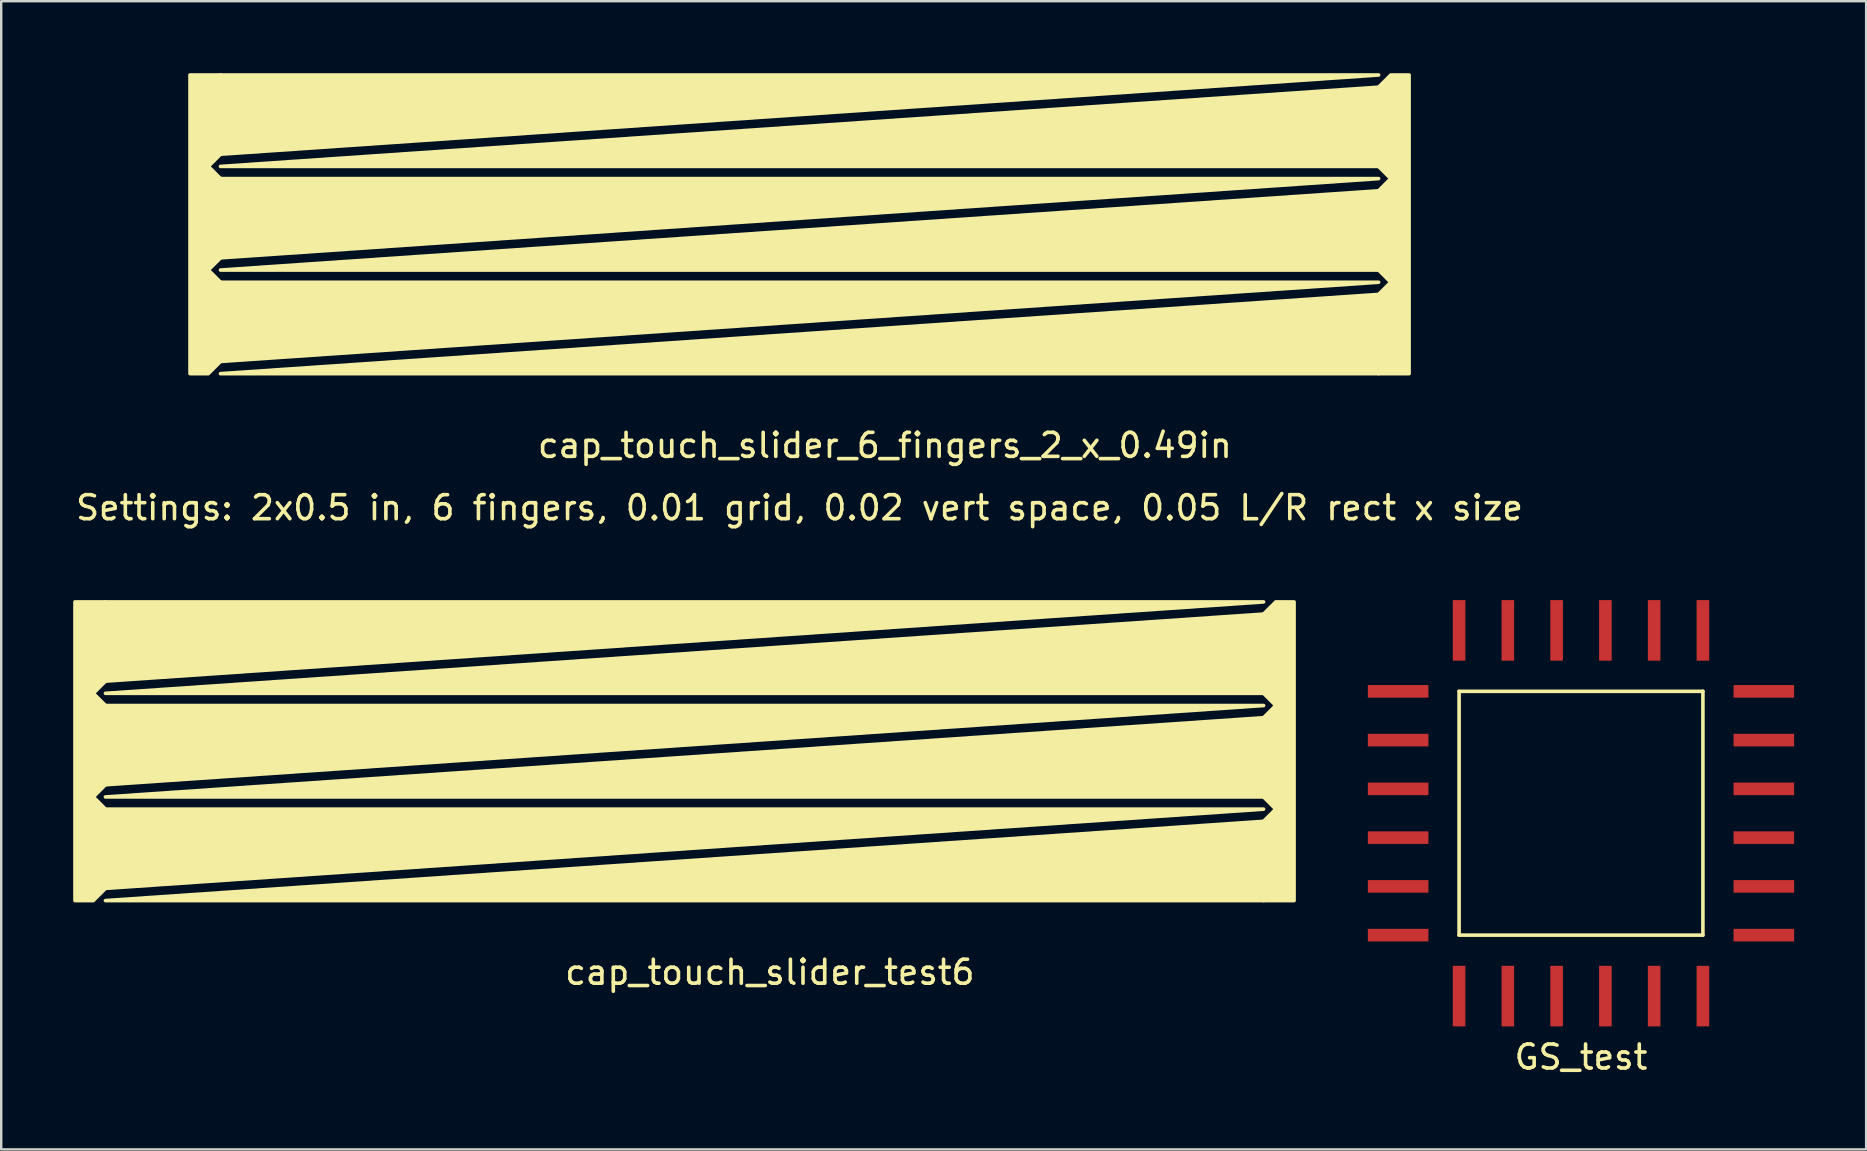
<source format=kicad_pcb>
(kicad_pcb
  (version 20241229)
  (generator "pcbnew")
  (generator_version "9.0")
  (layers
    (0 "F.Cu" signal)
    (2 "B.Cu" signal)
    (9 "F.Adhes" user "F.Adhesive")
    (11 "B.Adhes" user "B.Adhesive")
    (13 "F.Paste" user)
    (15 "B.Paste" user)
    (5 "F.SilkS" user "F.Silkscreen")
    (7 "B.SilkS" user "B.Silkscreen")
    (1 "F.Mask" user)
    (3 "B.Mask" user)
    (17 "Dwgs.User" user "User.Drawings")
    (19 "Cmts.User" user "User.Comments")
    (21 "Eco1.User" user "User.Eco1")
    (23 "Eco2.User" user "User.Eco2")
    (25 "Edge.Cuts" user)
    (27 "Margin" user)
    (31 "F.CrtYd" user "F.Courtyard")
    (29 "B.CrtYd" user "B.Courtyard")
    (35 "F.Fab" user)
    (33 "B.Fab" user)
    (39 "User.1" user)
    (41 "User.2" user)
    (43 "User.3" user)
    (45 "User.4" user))
  (footprint "cap_touch_slider_6_fingers_2_x_0.49in"
    (layer "F.Cu")
    (at 6.138 12.521)
    (property "Reference" "cap_touch_slider_6_fingers_2_x_0.49in" (at 27.686 2.989 0) (layer "F.SilkS") (effects (font (size 1 1) (thickness 0.15))))
    (attr through_hole)
    (fp_poly (pts (xy 0 -8.636) (xy 48.26 -8.636) (xy 48.26 -11.938)) (stroke (width 0.15) (type solid)) (fill yes) (layer "F.SilkS"))
    (fp_poly (pts (xy 0 -4.318) (xy 48.26 -4.318) (xy 48.26 -7.62)) (stroke (width 0.15) (type solid)) (fill yes) (layer "F.SilkS"))
    (fp_poly (pts (xy 0 0) (xy 48.26 0) (xy 48.26 -3.302)) (stroke (width 0.15) (type solid)) (fill yes) (layer "F.SilkS"))
    (fp_poly (pts (xy 48.26 -12.446) (xy 0 -12.446) (xy 0 -9.144)) (stroke (width 0.15) (type solid)) (fill yes) (layer "F.SilkS"))
    (fp_poly (pts (xy 48.26 -8.128) (xy 0 -8.128) (xy 0 -4.826)) (stroke (width 0.15) (type solid)) (fill yes) (layer "F.SilkS"))
    (fp_poly (pts (xy 48.26 -3.81) (xy 0 -3.81) (xy 0 -0.508)) (stroke (width 0.15) (type solid)) (fill yes) (layer "F.SilkS"))
    (fp_poly (pts (xy 0 -12.446) (xy 0 -9.144) (xy -0.508 -8.636) (xy 0 -8.128) (xy 0 -4.826) (xy -0.508 -4.318) (xy 0 -3.81) (xy 0 -0.508) (xy -0.508 0) (xy -1.27 0) (xy -1.27 -12.446)) (stroke (width 0.15) (type solid)) (fill yes) (layer "F.SilkS"))
    (fp_poly (pts (xy 48.26 0) (xy 48.26 -3.302) (xy 48.768 -3.81) (xy 48.26 -4.318) (xy 48.26 -7.62) (xy 48.768 -8.128) (xy 48.26 -8.636) (xy 48.26 -11.938) (xy 48.768 -12.446) (xy 49.53 -12.446) (xy 49.53 0)) (stroke (width 0.15) (type solid)) (fill yes) (layer "F.SilkS"))
    (fp_text user "Settings: 2x0.5 in, 6 fingers, 0.01 grid, 0.02 vert space, 0.05 L/R rect x size" (at 24.13 5.588 0) (layer "F.SilkS") (effects (font (size 1 1) (thickness 0.15)))))
  (footprint "GS_test"
    (layer "F.Cu")
    (at 62.832 30.839)
    (property "Reference" "GS_test" (at 0 10.16 0) (layer "F.SilkS") (effects (font (size 1 1) (thickness 0.15))))
    (attr through_hole)
    (fp_line (start -5.08 -5.08) (end 5.08 -5.08) (stroke (width 0.15) (type solid)) (layer "F.SilkS"))
    (fp_line (start -5.08 5.08) (end -5.08 -5.08) (stroke (width 0.15) (type solid)) (layer "F.SilkS"))
    (fp_line (start 5.08 -5.08) (end 5.08 5.08) (stroke (width 0.15) (type solid)) (layer "F.SilkS"))
    (fp_line (start 5.08 5.08) (end -5.08 5.08) (stroke (width 0.15) (type solid)) (layer "F.SilkS"))
    (pad "1" smd rect (at 5.08 -7.62) (size 0.524 2.524) (layers "F.Cu" "F.Mask" "F.Paste"))
    (pad "2" smd rect (at 3.048 -7.62) (size 0.524 2.524) (layers "F.Cu" "F.Mask" "F.Paste"))
    (pad "3" smd rect (at 1.016 -7.62) (size 0.524 2.524) (layers "F.Cu" "F.Mask" "F.Paste"))
    (pad "4" smd rect (at -1.016 -7.62) (size 0.524 2.524) (layers "F.Cu" "F.Mask" "F.Paste"))
    (pad "5" smd rect (at -3.048 -7.62) (size 0.524 2.524) (layers "F.Cu" "F.Mask" "F.Paste"))
    (pad "6" smd rect (at -5.08 -7.62) (size 0.524 2.524) (layers "F.Cu" "F.Mask" "F.Paste"))
    (pad "7" smd rect (at -7.62 -5.08 270) (size 0.524 2.524) (layers "F.Cu" "F.Mask" "F.Paste"))
    (pad "8" smd rect (at -7.62 -3.048 270) (size 0.524 2.524) (layers "F.Cu" "F.Mask" "F.Paste"))
    (pad "9" smd rect (at -7.62 -1.016 270) (size 0.524 2.524) (layers "F.Cu" "F.Mask" "F.Paste"))
    (pad "10" smd rect (at -7.62 1.016 270) (size 0.524 2.524) (layers "F.Cu" "F.Mask" "F.Paste"))
    (pad "11" smd rect (at -7.62 3.048 270) (size 0.524 2.524) (layers "F.Cu" "F.Mask" "F.Paste"))
    (pad "12" smd rect (at -7.62 5.08 270) (size 0.524 2.524) (layers "F.Cu" "F.Mask" "F.Paste"))
    (pad "13" smd rect (at -5.08 7.62) (size 0.524 2.524) (layers "F.Cu" "F.Mask" "F.Paste"))
    (pad "14" smd rect (at -3.048 7.62) (size 0.524 2.524) (layers "F.Cu" "F.Mask" "F.Paste"))
    (pad "15" smd rect (at -1.016 7.62) (size 0.524 2.524) (layers "F.Cu" "F.Mask" "F.Paste"))
    (pad "16" smd rect (at 1.016 7.62) (size 0.524 2.524) (layers "F.Cu" "F.Mask" "F.Paste"))
    (pad "17" smd rect (at 3.048 7.62) (size 0.524 2.524) (layers "F.Cu" "F.Mask" "F.Paste"))
    (pad "18" smd rect (at 5.08 7.62) (size 0.524 2.524) (layers "F.Cu" "F.Mask" "F.Paste"))
    (pad "19" smd rect (at 7.62 5.08 90) (size 0.524 2.524) (layers "F.Cu" "F.Mask" "F.Paste"))
    (pad "20" smd rect (at 7.62 3.048 90) (size 0.524 2.524) (layers "F.Cu" "F.Mask" "F.Paste"))
    (pad "21" smd rect (at 7.62 1.016 90) (size 0.524 2.524) (layers "F.Cu" "F.Mask" "F.Paste"))
    (pad "22" smd rect (at 7.62 -1.016 90) (size 0.524 2.524) (layers "F.Cu" "F.Mask" "F.Paste"))
    (pad "23" smd rect (at 7.62 -3.048 90) (size 0.524 2.524) (layers "F.Cu" "F.Mask" "F.Paste"))
    (pad "24" smd rect (at 7.62 -5.08 90) (size 0.524 2.524) (layers "F.Cu" "F.Mask" "F.Paste")))
  (footprint "cap_touch_slider_test6"
    (layer "F.Cu")
    (at 1.345 34.478)
    (property "Reference" "cap_touch_slider_test6" (at 27.686 2.989 0) (layer "F.SilkS") (effects (font (size 1 1) (thickness 0.15))))
    (attr through_hole)
    (fp_poly (pts (xy 0 -8.636) (xy 48.26 -8.636) (xy 48.26 -11.938)) (stroke (width 0.15) (type solid)) (fill yes) (layer "F.SilkS"))
    (fp_poly (pts (xy 0 -4.318) (xy 48.26 -4.318) (xy 48.26 -7.62)) (stroke (width 0.15) (type solid)) (fill yes) (layer "F.SilkS"))
    (fp_poly (pts (xy 0 0) (xy 48.26 0) (xy 48.26 -3.302)) (stroke (width 0.15) (type solid)) (fill yes) (layer "F.SilkS"))
    (fp_poly (pts (xy 48.26 -12.446) (xy 0 -12.446) (xy 0 -9.144)) (stroke (width 0.15) (type solid)) (fill yes) (layer "F.SilkS"))
    (fp_poly (pts (xy 48.26 -8.128) (xy 0 -8.128) (xy 0 -4.826)) (stroke (width 0.15) (type solid)) (fill yes) (layer "F.SilkS"))
    (fp_poly (pts (xy 48.26 -3.81) (xy 0 -3.81) (xy 0 -0.508)) (stroke (width 0.15) (type solid)) (fill yes) (layer "F.SilkS"))
    (fp_poly (pts (xy 0 -12.446) (xy 0 -9.144) (xy -0.508 -8.636) (xy 0 -8.128) (xy 0 -4.826) (xy -0.508 -4.318) (xy 0 -3.81) (xy 0 -0.508) (xy -0.508 0) (xy -1.27 0) (xy -1.27 -12.446)) (stroke (width 0.15) (type solid)) (fill yes) (layer "F.SilkS"))
    (fp_poly (pts (xy 48.26 0) (xy 48.26 -3.302) (xy 48.768 -3.81) (xy 48.26 -4.318) (xy 48.26 -7.62) (xy 48.768 -8.128) (xy 48.26 -8.636) (xy 48.26 -11.938) (xy 48.768 -12.446) (xy 49.53 -12.446) (xy 49.53 0)) (stroke (width 0.15) (type solid)) (fill yes) (layer "F.SilkS")))
  (gr_rect
    (start -3 -3)
    (end 74.714 44.847)
    (stroke (width 0.1) (type default))
    (fill no)
    (layer "Edge.Cuts")))
</source>
